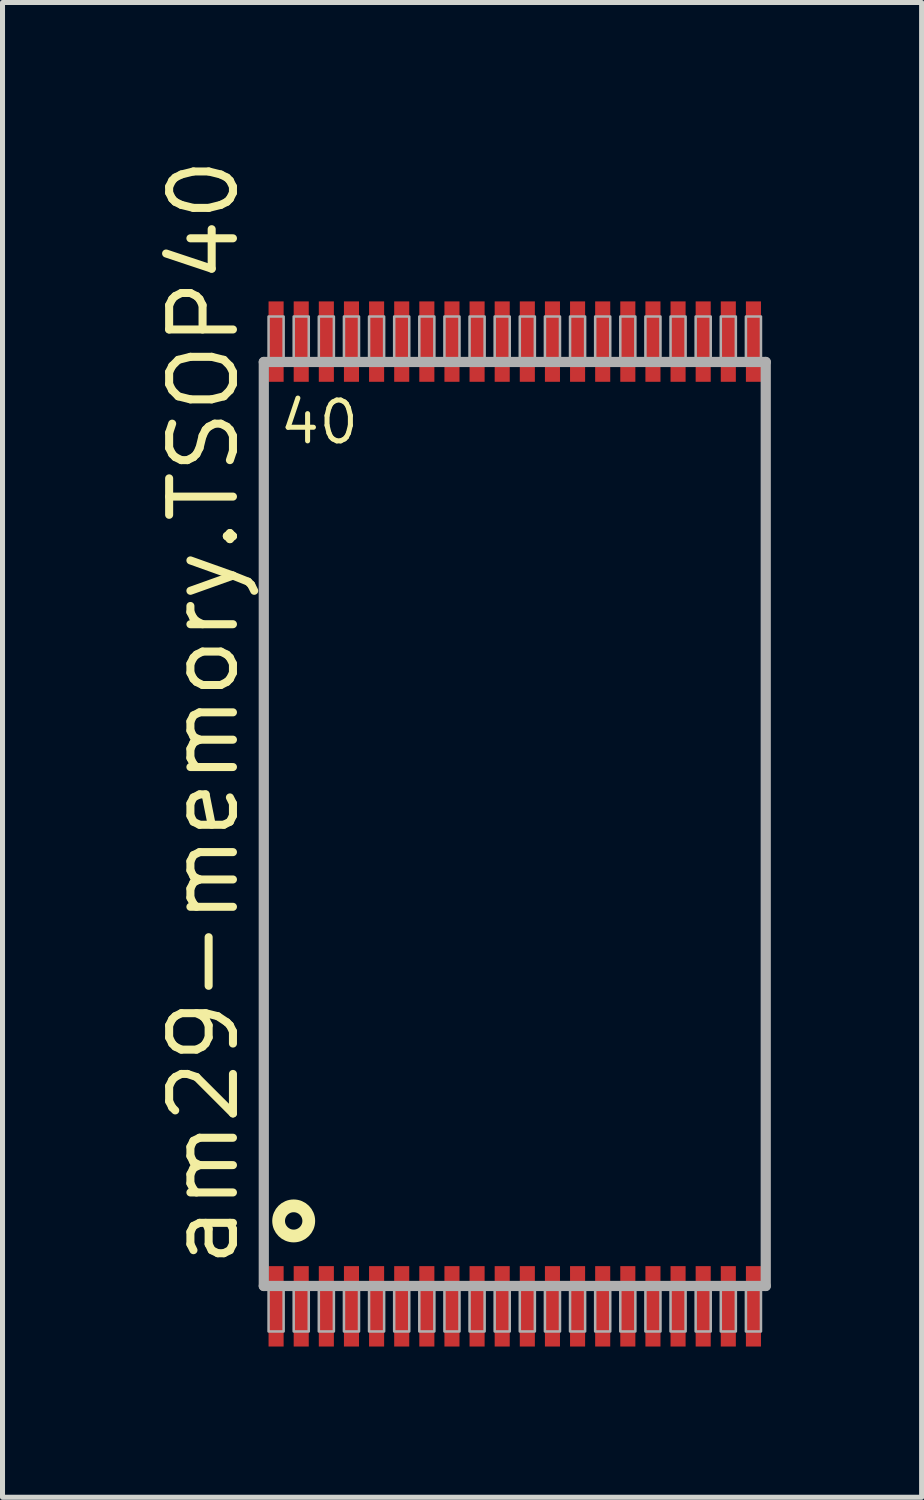
<source format=kicad_pcb>
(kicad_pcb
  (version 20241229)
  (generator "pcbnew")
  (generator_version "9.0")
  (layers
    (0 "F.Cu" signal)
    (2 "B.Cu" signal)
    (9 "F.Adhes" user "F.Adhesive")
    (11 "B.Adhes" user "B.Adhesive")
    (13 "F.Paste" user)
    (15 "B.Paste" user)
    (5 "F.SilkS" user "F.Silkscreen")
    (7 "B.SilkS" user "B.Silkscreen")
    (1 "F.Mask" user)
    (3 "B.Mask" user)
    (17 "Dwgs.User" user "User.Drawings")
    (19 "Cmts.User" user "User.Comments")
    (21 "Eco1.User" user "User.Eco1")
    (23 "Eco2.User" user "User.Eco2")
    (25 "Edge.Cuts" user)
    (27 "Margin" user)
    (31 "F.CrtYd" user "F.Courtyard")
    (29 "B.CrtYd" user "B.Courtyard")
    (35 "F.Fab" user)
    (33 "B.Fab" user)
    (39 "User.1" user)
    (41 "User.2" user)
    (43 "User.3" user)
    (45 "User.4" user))
  (footprint "am29-memory.TSOP40"
    (layer "F.Cu")
    (at 7.195 13.349)
    (property "Reference" "am29-memory.TSOP40" (at -5.445 8.89 90) (layer "F.SilkS") (effects (font (size 1.27 1.27) (thickness 0.16)) (justify left bottom)))
    (attr smd)
    (fp_circle (center -4.4 7.9) (end -4.1 7.9) (stroke (width 0.254) (type default)) (fill no) (layer "F.SilkS"))
    (fp_line (start -4.995 -9.195) (end 4.995 -9.195) (stroke (width 0.203) (type default)) (layer "F.Fab"))
    (fp_line (start -4.995 9.195) (end -4.995 -9.195) (stroke (width 0.203) (type default)) (layer "F.Fab"))
    (fp_line (start 4.995 -9.195) (end 4.995 9.195) (stroke (width 0.203) (type default)) (layer "F.Fab"))
    (fp_line (start 4.995 9.195) (end -4.995 9.195) (stroke (width 0.203) (type default)) (layer "F.Fab"))
    (fp_rect (start -4.9 -9.25) (end -4.6 -10.1) (stroke (width 0.05) (type default)) (fill no) (layer "F.Fab"))
    (fp_rect (start -4.9 10.1) (end -4.6 9.25) (stroke (width 0.05) (type default)) (fill no) (layer "F.Fab"))
    (fp_rect (start -4.4 -9.25) (end -4.1 -10.1) (stroke (width 0.05) (type default)) (fill no) (layer "F.Fab"))
    (fp_rect (start -4.4 10.1) (end -4.1 9.25) (stroke (width 0.05) (type default)) (fill no) (layer "F.Fab"))
    (fp_rect (start -3.9 -9.25) (end -3.6 -10.1) (stroke (width 0.05) (type default)) (fill no) (layer "F.Fab"))
    (fp_rect (start -3.9 10.1) (end -3.6 9.25) (stroke (width 0.05) (type default)) (fill no) (layer "F.Fab"))
    (fp_rect (start -3.4 -9.25) (end -3.1 -10.1) (stroke (width 0.05) (type default)) (fill no) (layer "F.Fab"))
    (fp_rect (start -3.4 10.1) (end -3.1 9.25) (stroke (width 0.05) (type default)) (fill no) (layer "F.Fab"))
    (fp_rect (start -2.9 -9.25) (end -2.6 -10.1) (stroke (width 0.05) (type default)) (fill no) (layer "F.Fab"))
    (fp_rect (start -2.9 10.1) (end -2.6 9.25) (stroke (width 0.05) (type default)) (fill no) (layer "F.Fab"))
    (fp_rect (start -2.4 -9.25) (end -2.1 -10.1) (stroke (width 0.05) (type default)) (fill no) (layer "F.Fab"))
    (fp_rect (start -2.4 10.1) (end -2.1 9.25) (stroke (width 0.05) (type default)) (fill no) (layer "F.Fab"))
    (fp_rect (start -1.9 -9.25) (end -1.6 -10.1) (stroke (width 0.05) (type default)) (fill no) (layer "F.Fab"))
    (fp_rect (start -1.9 10.1) (end -1.6 9.25) (stroke (width 0.05) (type default)) (fill no) (layer "F.Fab"))
    (fp_rect (start -1.4 -9.25) (end -1.1 -10.1) (stroke (width 0.05) (type default)) (fill no) (layer "F.Fab"))
    (fp_rect (start -1.4 10.1) (end -1.1 9.25) (stroke (width 0.05) (type default)) (fill no) (layer "F.Fab"))
    (fp_rect (start -0.9 -9.25) (end -0.6 -10.1) (stroke (width 0.05) (type default)) (fill no) (layer "F.Fab"))
    (fp_rect (start -0.9 10.1) (end -0.6 9.25) (stroke (width 0.05) (type default)) (fill no) (layer "F.Fab"))
    (fp_rect (start -0.4 -9.25) (end -0.1 -10.1) (stroke (width 0.05) (type default)) (fill no) (layer "F.Fab"))
    (fp_rect (start -0.4 10.1) (end -0.1 9.25) (stroke (width 0.05) (type default)) (fill no) (layer "F.Fab"))
    (fp_rect (start 0.1 -9.25) (end 0.4 -10.1) (stroke (width 0.05) (type default)) (fill no) (layer "F.Fab"))
    (fp_rect (start 0.1 10.1) (end 0.4 9.25) (stroke (width 0.05) (type default)) (fill no) (layer "F.Fab"))
    (fp_rect (start 0.6 -9.25) (end 0.9 -10.1) (stroke (width 0.05) (type default)) (fill no) (layer "F.Fab"))
    (fp_rect (start 0.6 10.1) (end 0.9 9.25) (stroke (width 0.05) (type default)) (fill no) (layer "F.Fab"))
    (fp_rect (start 1.1 -9.25) (end 1.4 -10.1) (stroke (width 0.05) (type default)) (fill no) (layer "F.Fab"))
    (fp_rect (start 1.1 10.1) (end 1.4 9.25) (stroke (width 0.05) (type default)) (fill no) (layer "F.Fab"))
    (fp_rect (start 1.6 -9.25) (end 1.9 -10.1) (stroke (width 0.05) (type default)) (fill no) (layer "F.Fab"))
    (fp_rect (start 1.6 10.1) (end 1.9 9.25) (stroke (width 0.05) (type default)) (fill no) (layer "F.Fab"))
    (fp_rect (start 2.1 -9.25) (end 2.4 -10.1) (stroke (width 0.05) (type default)) (fill no) (layer "F.Fab"))
    (fp_rect (start 2.1 10.1) (end 2.4 9.25) (stroke (width 0.05) (type default)) (fill no) (layer "F.Fab"))
    (fp_rect (start 2.6 -9.25) (end 2.9 -10.1) (stroke (width 0.05) (type default)) (fill no) (layer "F.Fab"))
    (fp_rect (start 2.6 10.1) (end 2.9 9.25) (stroke (width 0.05) (type default)) (fill no) (layer "F.Fab"))
    (fp_rect (start 3.1 -9.25) (end 3.4 -10.1) (stroke (width 0.05) (type default)) (fill no) (layer "F.Fab"))
    (fp_rect (start 3.1 10.1) (end 3.4 9.25) (stroke (width 0.05) (type default)) (fill no) (layer "F.Fab"))
    (fp_rect (start 3.6 -9.25) (end 3.9 -10.1) (stroke (width 0.05) (type default)) (fill no) (layer "F.Fab"))
    (fp_rect (start 3.6 10.1) (end 3.9 9.25) (stroke (width 0.05) (type default)) (fill no) (layer "F.Fab"))
    (fp_rect (start 4.1 -9.25) (end 4.4 -10.1) (stroke (width 0.05) (type default)) (fill no) (layer "F.Fab"))
    (fp_rect (start 4.1 10.1) (end 4.4 9.25) (stroke (width 0.05) (type default)) (fill no) (layer "F.Fab"))
    (fp_rect (start 4.6 -9.25) (end 4.9 -10.1) (stroke (width 0.05) (type default)) (fill no) (layer "F.Fab"))
    (fp_rect (start 4.6 10.1) (end 4.9 9.25) (stroke (width 0.05) (type default)) (fill no) (layer "F.Fab"))
    (fp_text user "40" (at -4.731 -7.52 0) (layer "F.SilkS") (effects (font (size 0.813 0.813) (thickness 0.1)) (justify left bottom)))
    (pad "1" smd roundrect (at -4.75 9.6) (size 0.3 1.6) (layers "F.Cu" "F.Mask" "F.Paste") (roundrect_rratio 0.01))
    (pad "2" smd roundrect (at -4.25 9.6) (size 0.3 1.6) (layers "F.Cu" "F.Mask" "F.Paste") (roundrect_rratio 0.01))
    (pad "3" smd roundrect (at -3.75 9.6) (size 0.3 1.6) (layers "F.Cu" "F.Mask" "F.Paste") (roundrect_rratio 0.01))
    (pad "4" smd roundrect (at -3.25 9.6) (size 0.3 1.6) (layers "F.Cu" "F.Mask" "F.Paste") (roundrect_rratio 0.01))
    (pad "5" smd roundrect (at -2.75 9.6) (size 0.3 1.6) (layers "F.Cu" "F.Mask" "F.Paste") (roundrect_rratio 0.01))
    (pad "6" smd roundrect (at -2.25 9.6) (size 0.3 1.6) (layers "F.Cu" "F.Mask" "F.Paste") (roundrect_rratio 0.01))
    (pad "7" smd roundrect (at -1.75 9.6) (size 0.3 1.6) (layers "F.Cu" "F.Mask" "F.Paste") (roundrect_rratio 0.01))
    (pad "8" smd roundrect (at -1.25 9.6) (size 0.3 1.6) (layers "F.Cu" "F.Mask" "F.Paste") (roundrect_rratio 0.01))
    (pad "9" smd roundrect (at -0.75 9.6) (size 0.3 1.6) (layers "F.Cu" "F.Mask" "F.Paste") (roundrect_rratio 0.01))
    (pad "10" smd roundrect (at -0.25 9.6) (size 0.3 1.6) (layers "F.Cu" "F.Mask" "F.Paste") (roundrect_rratio 0.01))
    (pad "11" smd roundrect (at 0.25 9.6) (size 0.3 1.6) (layers "F.Cu" "F.Mask" "F.Paste") (roundrect_rratio 0.01))
    (pad "12" smd roundrect (at 0.75 9.6) (size 0.3 1.6) (layers "F.Cu" "F.Mask" "F.Paste") (roundrect_rratio 0.01))
    (pad "13" smd roundrect (at 1.25 9.6) (size 0.3 1.6) (layers "F.Cu" "F.Mask" "F.Paste") (roundrect_rratio 0.01))
    (pad "14" smd roundrect (at 1.75 9.6) (size 0.3 1.6) (layers "F.Cu" "F.Mask" "F.Paste") (roundrect_rratio 0.01))
    (pad "15" smd roundrect (at 2.25 9.6) (size 0.3 1.6) (layers "F.Cu" "F.Mask" "F.Paste") (roundrect_rratio 0.01))
    (pad "16" smd roundrect (at 2.75 9.6) (size 0.3 1.6) (layers "F.Cu" "F.Mask" "F.Paste") (roundrect_rratio 0.01))
    (pad "17" smd roundrect (at 3.25 9.6) (size 0.3 1.6) (layers "F.Cu" "F.Mask" "F.Paste") (roundrect_rratio 0.01))
    (pad "18" smd roundrect (at 3.75 9.6) (size 0.3 1.6) (layers "F.Cu" "F.Mask" "F.Paste") (roundrect_rratio 0.01))
    (pad "19" smd roundrect (at 4.25 9.6) (size 0.3 1.6) (layers "F.Cu" "F.Mask" "F.Paste") (roundrect_rratio 0.01))
    (pad "20" smd roundrect (at 4.75 9.6) (size 0.3 1.6) (layers "F.Cu" "F.Mask" "F.Paste") (roundrect_rratio 0.01))
    (pad "21" smd roundrect (at 4.75 -9.6) (size 0.3 1.6) (layers "F.Cu" "F.Mask" "F.Paste") (roundrect_rratio 0.01))
    (pad "22" smd roundrect (at 4.25 -9.6) (size 0.3 1.6) (layers "F.Cu" "F.Mask" "F.Paste") (roundrect_rratio 0.01))
    (pad "23" smd roundrect (at 3.75 -9.6) (size 0.3 1.6) (layers "F.Cu" "F.Mask" "F.Paste") (roundrect_rratio 0.01))
    (pad "24" smd roundrect (at 3.25 -9.6) (size 0.3 1.6) (layers "F.Cu" "F.Mask" "F.Paste") (roundrect_rratio 0.01))
    (pad "25" smd roundrect (at 2.75 -9.6) (size 0.3 1.6) (layers "F.Cu" "F.Mask" "F.Paste") (roundrect_rratio 0.01))
    (pad "26" smd roundrect (at 2.25 -9.6) (size 0.3 1.6) (layers "F.Cu" "F.Mask" "F.Paste") (roundrect_rratio 0.01))
    (pad "27" smd roundrect (at 1.75 -9.6) (size 0.3 1.6) (layers "F.Cu" "F.Mask" "F.Paste") (roundrect_rratio 0.01))
    (pad "28" smd roundrect (at 1.25 -9.6) (size 0.3 1.6) (layers "F.Cu" "F.Mask" "F.Paste") (roundrect_rratio 0.01))
    (pad "29" smd roundrect (at 0.75 -9.6) (size 0.3 1.6) (layers "F.Cu" "F.Mask" "F.Paste") (roundrect_rratio 0.01))
    (pad "30" smd roundrect (at 0.25 -9.6) (size 0.3 1.6) (layers "F.Cu" "F.Mask" "F.Paste") (roundrect_rratio 0.01))
    (pad "31" smd roundrect (at -0.25 -9.6) (size 0.3 1.6) (layers "F.Cu" "F.Mask" "F.Paste") (roundrect_rratio 0.01))
    (pad "32" smd roundrect (at -0.75 -9.6) (size 0.3 1.6) (layers "F.Cu" "F.Mask" "F.Paste") (roundrect_rratio 0.01))
    (pad "33" smd roundrect (at -1.25 -9.6) (size 0.3 1.6) (layers "F.Cu" "F.Mask" "F.Paste") (roundrect_rratio 0.01))
    (pad "34" smd roundrect (at -1.75 -9.6) (size 0.3 1.6) (layers "F.Cu" "F.Mask" "F.Paste") (roundrect_rratio 0.01))
    (pad "35" smd roundrect (at -2.25 -9.6) (size 0.3 1.6) (layers "F.Cu" "F.Mask" "F.Paste") (roundrect_rratio 0.01))
    (pad "36" smd roundrect (at -2.75 -9.6) (size 0.3 1.6) (layers "F.Cu" "F.Mask" "F.Paste") (roundrect_rratio 0.01))
    (pad "37" smd roundrect (at -3.25 -9.6) (size 0.3 1.6) (layers "F.Cu" "F.Mask" "F.Paste") (roundrect_rratio 0.01))
    (pad "38" smd roundrect (at -3.75 -9.6) (size 0.3 1.6) (layers "F.Cu" "F.Mask" "F.Paste") (roundrect_rratio 0.01))
    (pad "39" smd roundrect (at -4.25 -9.6) (size 0.3 1.6) (layers "F.Cu" "F.Mask" "F.Paste") (roundrect_rratio 0.01))
    (pad "40" smd roundrect (at -4.75 -9.6) (size 0.3 1.6) (layers "F.Cu" "F.Mask" "F.Paste") (roundrect_rratio 0.01)))
  (gr_rect
    (start -3 -3)
    (end 15.292 26.749)
    (stroke (width 0.1) (type default))
    (fill no)
    (layer "Edge.Cuts")))
</source>
